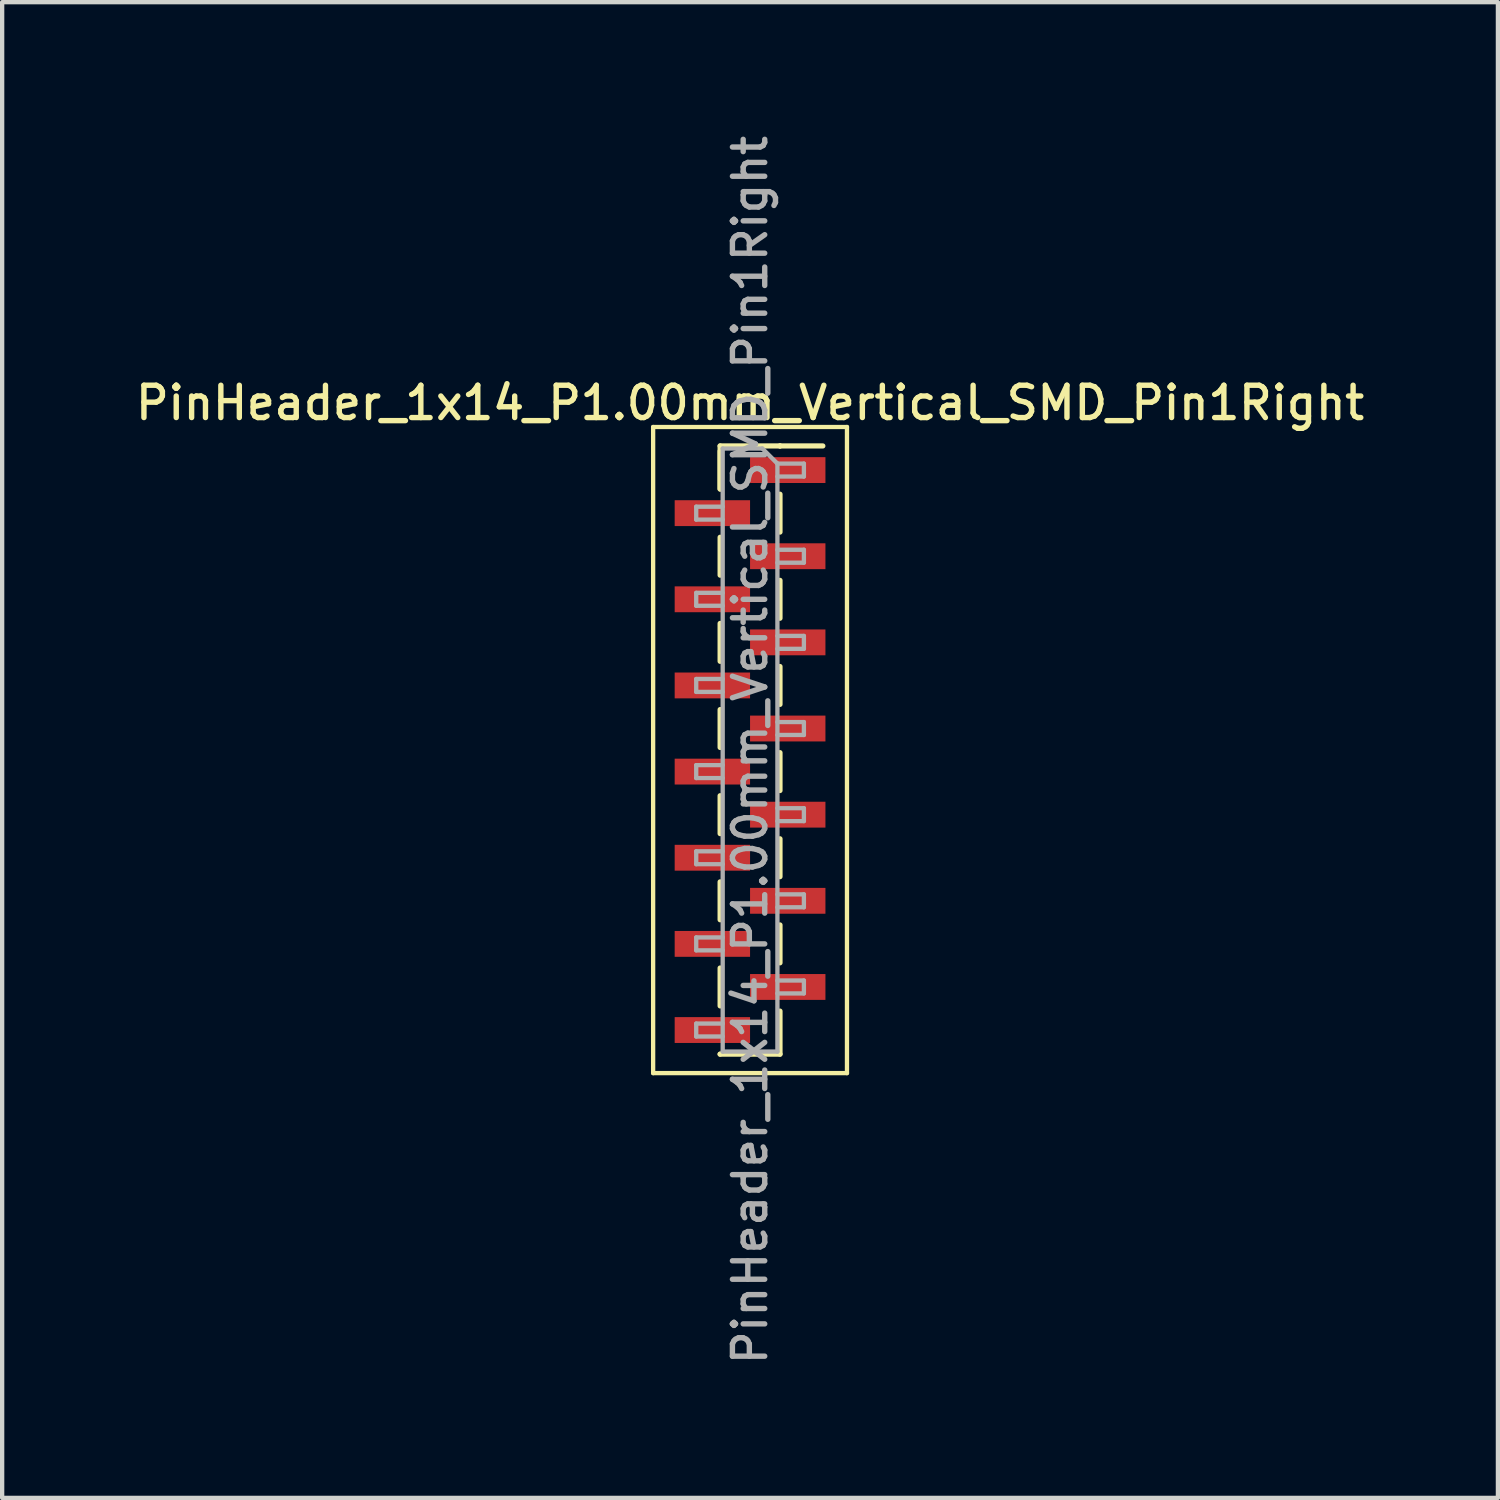
<source format=kicad_pcb>
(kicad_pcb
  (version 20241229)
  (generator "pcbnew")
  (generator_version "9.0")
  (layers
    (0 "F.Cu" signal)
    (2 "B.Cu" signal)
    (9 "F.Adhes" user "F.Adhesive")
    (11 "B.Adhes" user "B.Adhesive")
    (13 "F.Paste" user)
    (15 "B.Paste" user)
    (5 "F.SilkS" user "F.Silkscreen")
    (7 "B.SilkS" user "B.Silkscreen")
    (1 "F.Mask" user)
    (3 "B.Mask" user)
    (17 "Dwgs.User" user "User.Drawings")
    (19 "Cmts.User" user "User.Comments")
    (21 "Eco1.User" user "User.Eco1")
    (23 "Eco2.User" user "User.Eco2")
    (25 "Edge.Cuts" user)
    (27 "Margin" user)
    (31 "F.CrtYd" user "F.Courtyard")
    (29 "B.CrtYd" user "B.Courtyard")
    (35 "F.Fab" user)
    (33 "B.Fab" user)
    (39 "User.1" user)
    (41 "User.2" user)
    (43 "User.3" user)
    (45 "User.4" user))
  (footprint "PinHeader_1x14_P1.00mm_Vertical_SMD_Pin1Right"
    (layer "F.Cu")
    (at 14.363 14.363)
    (property "Reference" "PinHeader_1x14_P1.00mm_Vertical_SMD_Pin1Right" (at 0 -8.06 0) (layer "F.SilkS") (effects (font (size 0.75 0.75) (thickness 0.125))))
    (attr smd)
    (fp_line (start -2.25 -7.5) (end -2.25 7.5) (stroke (width 0.1) (type solid)) (layer "F.SilkS"))
    (fp_line (start -2.25 7.5) (end 2.25 7.5) (stroke (width 0.1) (type solid)) (layer "F.SilkS"))
    (fp_line (start -0.695 -7.06) (end -0.695 -6.06) (stroke (width 0.12) (type solid)) (layer "F.SilkS"))
    (fp_line (start -0.695 -7.06) (end 0.695 -7.06) (stroke (width 0.12) (type solid)) (layer "F.SilkS"))
    (fp_line (start -0.695 -6.94) (end -0.695 -6.06) (stroke (width 0.12) (type solid)) (layer "F.SilkS"))
    (fp_line (start -0.695 -4.94) (end -0.695 -4.06) (stroke (width 0.12) (type solid)) (layer "F.SilkS"))
    (fp_line (start -0.695 -2.94) (end -0.695 -2.06) (stroke (width 0.12) (type solid)) (layer "F.SilkS"))
    (fp_line (start -0.695 -0.94) (end -0.695 -0.06) (stroke (width 0.12) (type solid)) (layer "F.SilkS"))
    (fp_line (start -0.695 1.06) (end -0.695 1.94) (stroke (width 0.12) (type solid)) (layer "F.SilkS"))
    (fp_line (start -0.695 3.06) (end -0.695 3.94) (stroke (width 0.12) (type solid)) (layer "F.SilkS"))
    (fp_line (start -0.695 5.06) (end -0.695 5.94) (stroke (width 0.12) (type solid)) (layer "F.SilkS"))
    (fp_line (start -0.695 7.06) (end -0.695 7.06) (stroke (width 0.12) (type solid)) (layer "F.SilkS"))
    (fp_line (start -0.695 7.06) (end 0.695 7.06) (stroke (width 0.12) (type solid)) (layer "F.SilkS"))
    (fp_line (start 0.695 -7.06) (end 0.695 -7.06) (stroke (width 0.12) (type solid)) (layer "F.SilkS"))
    (fp_line (start 0.695 -7.06) (end 1.69 -7.06) (stroke (width 0.12) (type solid)) (layer "F.SilkS"))
    (fp_line (start 0.695 -5.94) (end 0.695 -5.06) (stroke (width 0.12) (type solid)) (layer "F.SilkS"))
    (fp_line (start 0.695 -3.94) (end 0.695 -3.06) (stroke (width 0.12) (type solid)) (layer "F.SilkS"))
    (fp_line (start 0.695 -1.94) (end 0.695 -1.06) (stroke (width 0.12) (type solid)) (layer "F.SilkS"))
    (fp_line (start 0.695 0.06) (end 0.695 0.94) (stroke (width 0.12) (type solid)) (layer "F.SilkS"))
    (fp_line (start 0.695 2.06) (end 0.695 2.94) (stroke (width 0.12) (type solid)) (layer "F.SilkS"))
    (fp_line (start 0.695 4.06) (end 0.695 4.94) (stroke (width 0.12) (type solid)) (layer "F.SilkS"))
    (fp_line (start 0.695 6.06) (end 0.695 7.06) (stroke (width 0.12) (type solid)) (layer "F.SilkS"))
    (fp_line (start 2.25 -7.5) (end -2.25 -7.5) (stroke (width 0.1) (type solid)) (layer "F.SilkS"))
    (fp_line (start 2.25 7.5) (end 2.25 -7.5) (stroke (width 0.1) (type solid)) (layer "F.SilkS"))
    (fp_line (start -1.25 -5.65) (end -1.25 -5.35) (stroke (width 0.1) (type solid)) (layer "F.Fab"))
    (fp_line (start -1.25 -5.35) (end -0.635 -5.35) (stroke (width 0.1) (type solid)) (layer "F.Fab"))
    (fp_line (start -1.25 -3.65) (end -1.25 -3.35) (stroke (width 0.1) (type solid)) (layer "F.Fab"))
    (fp_line (start -1.25 -3.35) (end -0.635 -3.35) (stroke (width 0.1) (type solid)) (layer "F.Fab"))
    (fp_line (start -1.25 -1.65) (end -1.25 -1.35) (stroke (width 0.1) (type solid)) (layer "F.Fab"))
    (fp_line (start -1.25 -1.35) (end -0.635 -1.35) (stroke (width 0.1) (type solid)) (layer "F.Fab"))
    (fp_line (start -1.25 0.35) (end -1.25 0.65) (stroke (width 0.1) (type solid)) (layer "F.Fab"))
    (fp_line (start -1.25 0.65) (end -0.635 0.65) (stroke (width 0.1) (type solid)) (layer "F.Fab"))
    (fp_line (start -1.25 2.35) (end -1.25 2.65) (stroke (width 0.1) (type solid)) (layer "F.Fab"))
    (fp_line (start -1.25 2.65) (end -0.635 2.65) (stroke (width 0.1) (type solid)) (layer "F.Fab"))
    (fp_line (start -1.25 4.35) (end -1.25 4.65) (stroke (width 0.1) (type solid)) (layer "F.Fab"))
    (fp_line (start -1.25 4.65) (end -0.635 4.65) (stroke (width 0.1) (type solid)) (layer "F.Fab"))
    (fp_line (start -1.25 6.35) (end -1.25 6.65) (stroke (width 0.1) (type solid)) (layer "F.Fab"))
    (fp_line (start -1.25 6.65) (end -0.635 6.65) (stroke (width 0.1) (type solid)) (layer "F.Fab"))
    (fp_line (start -0.635 -7) (end -0.635 7) (stroke (width 0.1) (type solid)) (layer "F.Fab"))
    (fp_line (start -0.635 -7) (end 0.285 -7) (stroke (width 0.1) (type solid)) (layer "F.Fab"))
    (fp_line (start -0.635 -5.65) (end -1.25 -5.65) (stroke (width 0.1) (type solid)) (layer "F.Fab"))
    (fp_line (start -0.635 -3.65) (end -1.25 -3.65) (stroke (width 0.1) (type solid)) (layer "F.Fab"))
    (fp_line (start -0.635 -1.65) (end -1.25 -1.65) (stroke (width 0.1) (type solid)) (layer "F.Fab"))
    (fp_line (start -0.635 0.35) (end -1.25 0.35) (stroke (width 0.1) (type solid)) (layer "F.Fab"))
    (fp_line (start -0.635 2.35) (end -1.25 2.35) (stroke (width 0.1) (type solid)) (layer "F.Fab"))
    (fp_line (start -0.635 4.35) (end -1.25 4.35) (stroke (width 0.1) (type solid)) (layer "F.Fab"))
    (fp_line (start -0.635 6.35) (end -1.25 6.35) (stroke (width 0.1) (type solid)) (layer "F.Fab"))
    (fp_line (start 0.635 -6.65) (end 0.285 -7) (stroke (width 0.1) (type solid)) (layer "F.Fab"))
    (fp_line (start 0.635 -6.65) (end 1.25 -6.65) (stroke (width 0.1) (type solid)) (layer "F.Fab"))
    (fp_line (start 0.635 -4.65) (end 1.25 -4.65) (stroke (width 0.1) (type solid)) (layer "F.Fab"))
    (fp_line (start 0.635 -2.65) (end 1.25 -2.65) (stroke (width 0.1) (type solid)) (layer "F.Fab"))
    (fp_line (start 0.635 -0.65) (end 1.25 -0.65) (stroke (width 0.1) (type solid)) (layer "F.Fab"))
    (fp_line (start 0.635 1.35) (end 1.25 1.35) (stroke (width 0.1) (type solid)) (layer "F.Fab"))
    (fp_line (start 0.635 3.35) (end 1.25 3.35) (stroke (width 0.1) (type solid)) (layer "F.Fab"))
    (fp_line (start 0.635 5.35) (end 1.25 5.35) (stroke (width 0.1) (type solid)) (layer "F.Fab"))
    (fp_line (start 0.635 7) (end -0.635 7) (stroke (width 0.1) (type solid)) (layer "F.Fab"))
    (fp_line (start 0.635 7) (end 0.635 -6.65) (stroke (width 0.1) (type solid)) (layer "F.Fab"))
    (fp_line (start 1.25 -6.65) (end 1.25 -6.35) (stroke (width 0.1) (type solid)) (layer "F.Fab"))
    (fp_line (start 1.25 -6.35) (end 0.635 -6.35) (stroke (width 0.1) (type solid)) (layer "F.Fab"))
    (fp_line (start 1.25 -4.65) (end 1.25 -4.35) (stroke (width 0.1) (type solid)) (layer "F.Fab"))
    (fp_line (start 1.25 -4.35) (end 0.635 -4.35) (stroke (width 0.1) (type solid)) (layer "F.Fab"))
    (fp_line (start 1.25 -2.65) (end 1.25 -2.35) (stroke (width 0.1) (type solid)) (layer "F.Fab"))
    (fp_line (start 1.25 -2.35) (end 0.635 -2.35) (stroke (width 0.1) (type solid)) (layer "F.Fab"))
    (fp_line (start 1.25 -0.65) (end 1.25 -0.35) (stroke (width 0.1) (type solid)) (layer "F.Fab"))
    (fp_line (start 1.25 -0.35) (end 0.635 -0.35) (stroke (width 0.1) (type solid)) (layer "F.Fab"))
    (fp_line (start 1.25 1.35) (end 1.25 1.65) (stroke (width 0.1) (type solid)) (layer "F.Fab"))
    (fp_line (start 1.25 1.65) (end 0.635 1.65) (stroke (width 0.1) (type solid)) (layer "F.Fab"))
    (fp_line (start 1.25 3.35) (end 1.25 3.65) (stroke (width 0.1) (type solid)) (layer "F.Fab"))
    (fp_line (start 1.25 3.65) (end 0.635 3.65) (stroke (width 0.1) (type solid)) (layer "F.Fab"))
    (fp_line (start 1.25 5.35) (end 1.25 5.65) (stroke (width 0.1) (type solid)) (layer "F.Fab"))
    (fp_line (start 1.25 5.65) (end 0.635 5.65) (stroke (width 0.1) (type solid)) (layer "F.Fab"))
    (fp_text user "${REFERENCE}" (at 0 0 90) (layer "F.Fab") (effects (font (size 0.75 0.75) (thickness 0.125))))
    (pad "1" smd rect (at 0.875 -6.5) (size 1.75 0.6) (layers "F.Cu" "F.Mask" "F.Paste"))
    (pad "2" smd rect (at -0.875 -5.5) (size 1.75 0.6) (layers "F.Cu" "F.Mask" "F.Paste"))
    (pad "3" smd rect (at 0.875 -4.5) (size 1.75 0.6) (layers "F.Cu" "F.Mask" "F.Paste"))
    (pad "4" smd rect (at -0.875 -3.5) (size 1.75 0.6) (layers "F.Cu" "F.Mask" "F.Paste"))
    (pad "5" smd rect (at 0.875 -2.5) (size 1.75 0.6) (layers "F.Cu" "F.Mask" "F.Paste"))
    (pad "6" smd rect (at -0.875 -1.5) (size 1.75 0.6) (layers "F.Cu" "F.Mask" "F.Paste"))
    (pad "7" smd rect (at 0.875 -0.5) (size 1.75 0.6) (layers "F.Cu" "F.Mask" "F.Paste"))
    (pad "8" smd rect (at -0.875 0.5) (size 1.75 0.6) (layers "F.Cu" "F.Mask" "F.Paste"))
    (pad "9" smd rect (at 0.875 1.5) (size 1.75 0.6) (layers "F.Cu" "F.Mask" "F.Paste"))
    (pad "10" smd rect (at -0.875 2.5) (size 1.75 0.6) (layers "F.Cu" "F.Mask" "F.Paste"))
    (pad "11" smd rect (at 0.875 3.5) (size 1.75 0.6) (layers "F.Cu" "F.Mask" "F.Paste"))
    (pad "12" smd rect (at -0.875 4.5) (size 1.75 0.6) (layers "F.Cu" "F.Mask" "F.Paste"))
    (pad "13" smd rect (at 0.875 5.5) (size 1.75 0.6) (layers "F.Cu" "F.Mask" "F.Paste"))
    (pad "14" smd rect (at -0.875 6.5) (size 1.75 0.6) (layers "F.Cu" "F.Mask" "F.Paste")))
  (gr_rect
    (start -3 -3)
    (end 31.725 31.725)
    (stroke (width 0.1) (type default))
    (fill no)
    (layer "Edge.Cuts")))
</source>
